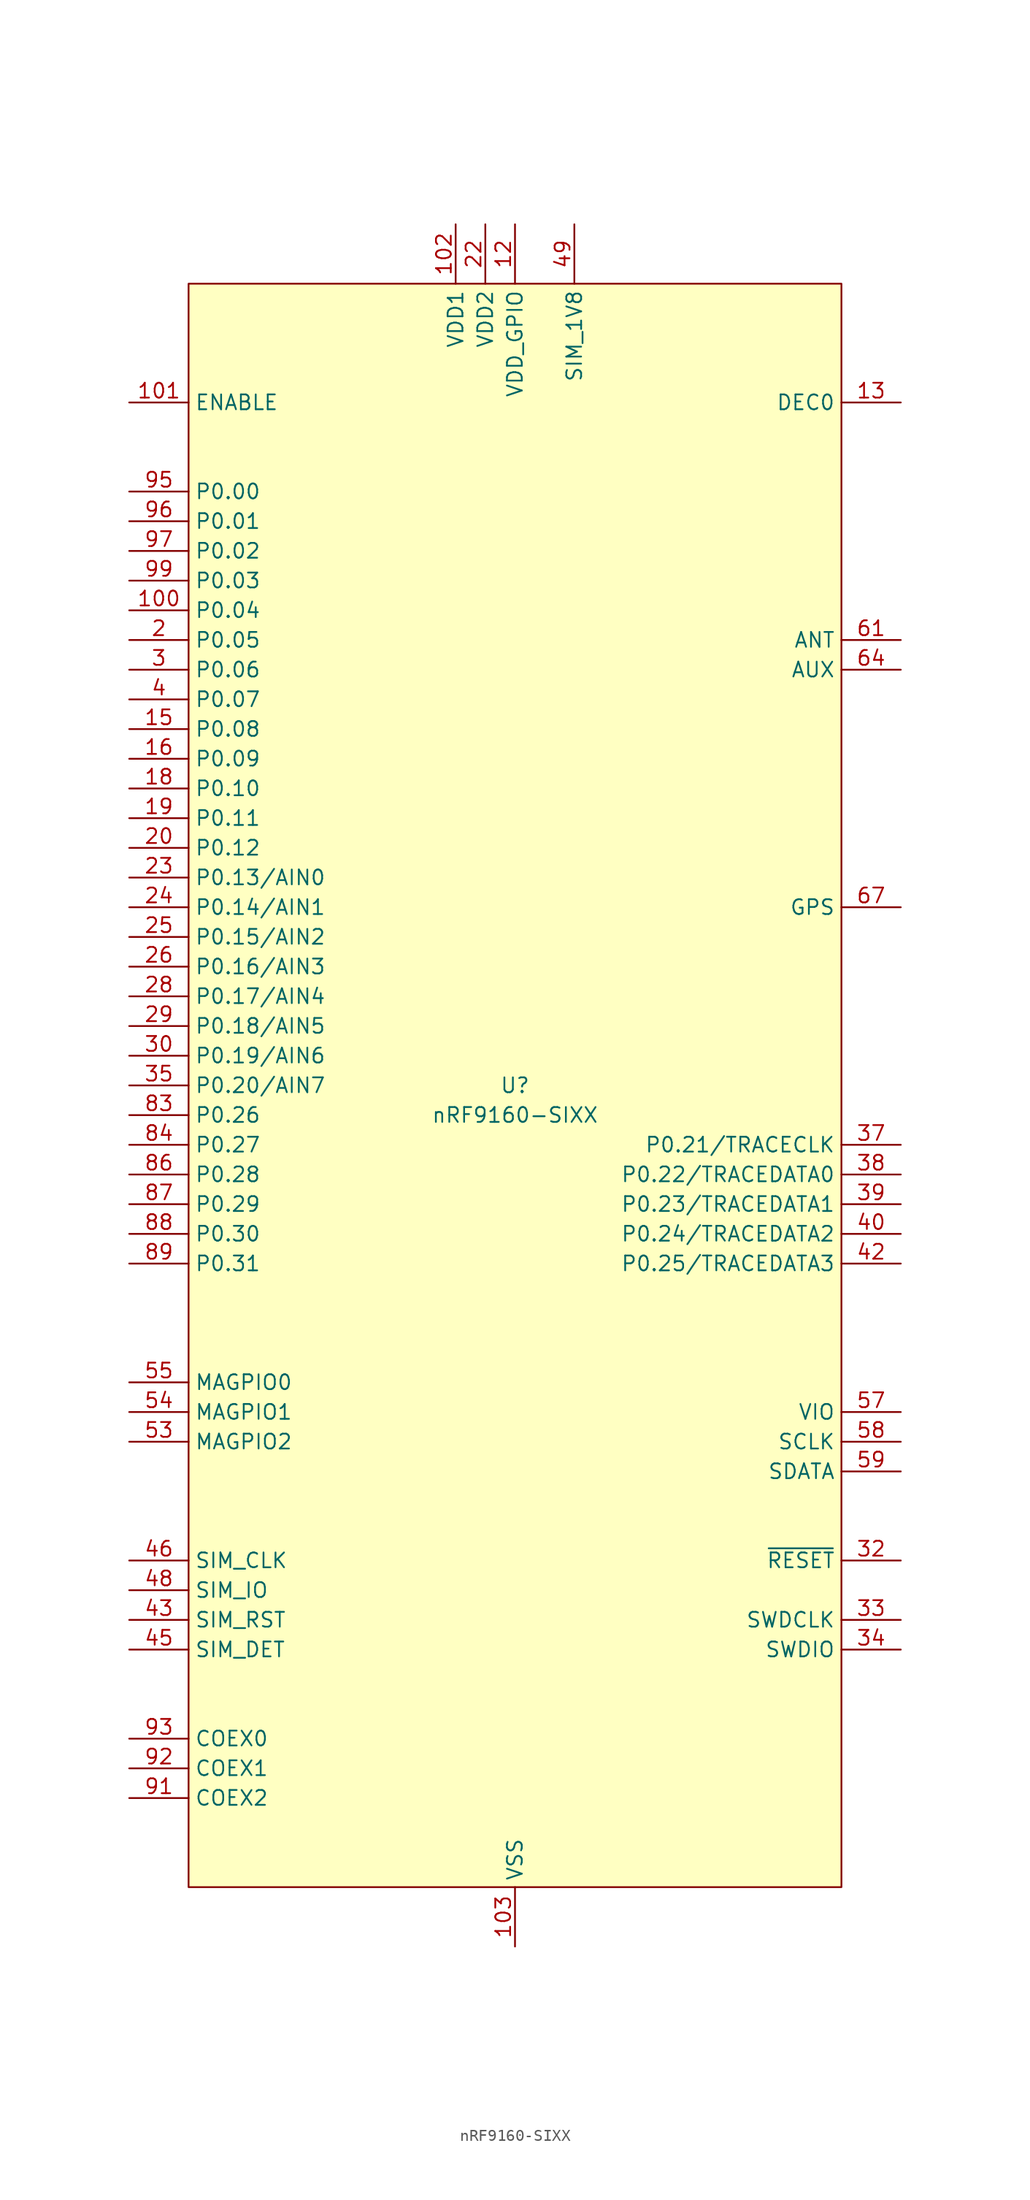
<source format=kicad_sym>
(kicad_symbol_lib
  (version 20241209)
  (generator "kicad_symbol_editor")
  (generator_version "9.0")
  (symbol "nRF9160-SIXX"
    (property "Reference" "U"
      (at 0 0 0)
      (do_not_autoplace)
      (effects (font (size 1.27 1.27))))
    (property "Value" "nRF9160-SIXX"
      (at 0 -2.54 0)
      (do_not_autoplace)
      (effects (font (size 1.27 1.27))))
    (symbol "nRF9160-SIXX_0_0"
      (pin input line (at -33.02 58.42 0) (length 5.08) (name "ENABLE" (effects (font (size 1.27 1.27)))) (number "101" (effects (font (size 1.27 1.27)))))
      (pin bidirectional line (at -33.02 50.8 0) (length 5.08) (name "P0.00" (effects (font (size 1.27 1.27)))) (number "95" (effects (font (size 1.27 1.27)))))
      (pin bidirectional line (at -33.02 48.26 0) (length 5.08) (name "P0.01" (effects (font (size 1.27 1.27)))) (number "96" (effects (font (size 1.27 1.27)))))
      (pin bidirectional line (at -33.02 45.72 0) (length 5.08) (name "P0.02" (effects (font (size 1.27 1.27)))) (number "97" (effects (font (size 1.27 1.27)))))
      (pin bidirectional line (at -33.02 43.18 0) (length 5.08) (name "P0.03" (effects (font (size 1.27 1.27)))) (number "99" (effects (font (size 1.27 1.27)))))
      (pin bidirectional line (at -33.02 40.64 0) (length 5.08) (name "P0.04" (effects (font (size 1.27 1.27)))) (number "100" (effects (font (size 1.27 1.27)))))
      (pin bidirectional line (at -33.02 38.1 0) (length 5.08) (name "P0.05" (effects (font (size 1.27 1.27)))) (number "2" (effects (font (size 1.27 1.27)))))
      (pin bidirectional line (at -33.02 35.56 0) (length 5.08) (name "P0.06" (effects (font (size 1.27 1.27)))) (number "3" (effects (font (size 1.27 1.27)))))
      (pin bidirectional line (at -33.02 33.02 0) (length 5.08) (name "P0.07" (effects (font (size 1.27 1.27)))) (number "4" (effects (font (size 1.27 1.27)))))
      (pin bidirectional line (at -33.02 30.48 0) (length 5.08) (name "P0.08" (effects (font (size 1.27 1.27)))) (number "15" (effects (font (size 1.27 1.27)))))
      (pin bidirectional line (at -33.02 27.94 0) (length 5.08) (name "P0.09" (effects (font (size 1.27 1.27)))) (number "16" (effects (font (size 1.27 1.27)))))
      (pin bidirectional line (at -33.02 25.4 0) (length 5.08) (name "P0.10" (effects (font (size 1.27 1.27)))) (number "18" (effects (font (size 1.27 1.27)))))
      (pin bidirectional line (at -33.02 22.86 0) (length 5.08) (name "P0.11" (effects (font (size 1.27 1.27)))) (number "19" (effects (font (size 1.27 1.27)))))
      (pin bidirectional line (at -33.02 20.32 0) (length 5.08) (name "P0.12" (effects (font (size 1.27 1.27)))) (number "20" (effects (font (size 1.27 1.27)))))
      (pin bidirectional line (at -33.02 17.78 0) (length 5.08) (name "P0.13/AIN0" (effects (font (size 1.27 1.27)))) (number "23" (effects (font (size 1.27 1.27)))))
      (pin bidirectional line (at -33.02 15.24 0) (length 5.08) (name "P0.14/AIN1" (effects (font (size 1.27 1.27)))) (number "24" (effects (font (size 1.27 1.27)))))
      (pin bidirectional line (at -33.02 12.7 0) (length 5.08) (name "P0.15/AIN2" (effects (font (size 1.27 1.27)))) (number "25" (effects (font (size 1.27 1.27)))))
      (pin bidirectional line (at -33.02 10.16 0) (length 5.08) (name "P0.16/AIN3" (effects (font (size 1.27 1.27)))) (number "26" (effects (font (size 1.27 1.27)))))
      (pin bidirectional line (at -33.02 7.62 0) (length 5.08) (name "P0.17/AIN4" (effects (font (size 1.27 1.27)))) (number "28" (effects (font (size 1.27 1.27)))))
      (pin bidirectional line (at -33.02 5.08 0) (length 5.08) (name "P0.18/AIN5" (effects (font (size 1.27 1.27)))) (number "29" (effects (font (size 1.27 1.27)))))
      (pin bidirectional line (at -33.02 2.54 0) (length 5.08) (name "P0.19/AIN6" (effects (font (size 1.27 1.27)))) (number "30" (effects (font (size 1.27 1.27)))))
      (pin bidirectional line (at -33.02 0 0) (length 5.08) (name "P0.20/AIN7" (effects (font (size 1.27 1.27)))) (number "35" (effects (font (size 1.27 1.27)))))
      (pin bidirectional line (at -33.02 -2.54 0) (length 5.08) (name "P0.26" (effects (font (size 1.27 1.27)))) (number "83" (effects (font (size 1.27 1.27)))))
      (pin bidirectional line (at -33.02 -5.08 0) (length 5.08) (name "P0.27" (effects (font (size 1.27 1.27)))) (number "84" (effects (font (size 1.27 1.27)))))
      (pin bidirectional line (at -33.02 -7.62 0) (length 5.08) (name "P0.28" (effects (font (size 1.27 1.27)))) (number "86" (effects (font (size 1.27 1.27)))))
      (pin bidirectional line (at -33.02 -10.16 0) (length 5.08) (name "P0.29" (effects (font (size 1.27 1.27)))) (number "87" (effects (font (size 1.27 1.27)))))
      (pin bidirectional line (at -33.02 -12.7 0) (length 5.08) (name "P0.30" (effects (font (size 1.27 1.27)))) (number "88" (effects (font (size 1.27 1.27)))))
      (pin bidirectional line (at -33.02 -15.24 0) (length 5.08) (name "P0.31" (effects (font (size 1.27 1.27)))) (number "89" (effects (font (size 1.27 1.27)))))
      (pin bidirectional line (at -33.02 -25.4 0) (length 5.08) (name "MAGPIO0" (effects (font (size 1.27 1.27)))) (number "55" (effects (font (size 1.27 1.27)))))
      (pin bidirectional line (at -33.02 -27.94 0) (length 5.08) (name "MAGPIO1" (effects (font (size 1.27 1.27)))) (number "54" (effects (font (size 1.27 1.27)))))
      (pin bidirectional line (at -33.02 -30.48 0) (length 5.08) (name "MAGPIO2" (effects (font (size 1.27 1.27)))) (number "53" (effects (font (size 1.27 1.27)))))
      (pin bidirectional line (at -33.02 -40.64 0) (length 5.08) (name "SIM_CLK" (effects (font (size 1.27 1.27)))) (number "46" (effects (font (size 1.27 1.27)))))
      (pin bidirectional line (at -33.02 -43.18 0) (length 5.08) (name "SIM_IO" (effects (font (size 1.27 1.27)))) (number "48" (effects (font (size 1.27 1.27)))))
      (pin bidirectional line (at -33.02 -45.72 0) (length 5.08) (name "SIM_RST" (effects (font (size 1.27 1.27)))) (number "43" (effects (font (size 1.27 1.27)))))
      (pin bidirectional line (at -33.02 -48.26 0) (length 5.08) (name "SIM_DET" (effects (font (size 1.27 1.27)))) (number "45" (effects (font (size 1.27 1.27)))))
      (pin bidirectional line (at -33.02 -55.88 0) (length 5.08) (name "COEX0" (effects (font (size 1.27 1.27)))) (number "93" (effects (font (size 1.27 1.27)))))
      (pin bidirectional line (at -33.02 -58.42 0) (length 5.08) (name "COEX1" (effects (font (size 1.27 1.27)))) (number "92" (effects (font (size 1.27 1.27)))))
      (pin bidirectional line (at -33.02 -60.96 0) (length 5.08) (name "COEX2" (effects (font (size 1.27 1.27)))) (number "91" (effects (font (size 1.27 1.27)))))
      (pin power_in line (at -5.08 73.66 270) (length 5.08) (name "VDD1" (effects (font (size 1.27 1.27)))) (number "102" (effects (font (size 1.27 1.27)))))
      (pin power_in line (at -2.54 73.66 270) (length 5.08) (name "VDD2" (effects (font (size 1.27 1.27)))) (number "22" (effects (font (size 1.27 1.27)))))
      (pin power_in line (at 0 73.66 270) (length 5.08) (name "VDD_GPIO" (effects (font (size 1.27 1.27)))) (number "12" (effects (font (size 1.27 1.27)))))
      (pin power_in line (at 0 -73.66 90) (length 5.08) (name "VSS" (effects (font (size 1.27 1.27)))) (number "103" (effects (font (size 1.27 1.27)))))
      (pin power_in line (at 5.08 73.66 270) (length 5.08) (name "SIM_1V8" (effects (font (size 1.27 1.27)))) (number "49" (effects (font (size 1.27 1.27)))))
      (pin bidirectional line (at 33.02 38.1 180) (length 5.08) (name "ANT" (effects (font (size 1.27 1.27)))) (number "61" (effects (font (size 1.27 1.27)))))
      (pin bidirectional line (at 33.02 35.56 180) (length 5.08) (name "AUX" (effects (font (size 1.27 1.27)))) (number "64" (effects (font (size 1.27 1.27)))))
      (pin bidirectional line (at 33.02 -5.08 180) (length 5.08) (name "P0.21/TRACECLK" (effects (font (size 1.27 1.27)))) (number "37" (effects (font (size 1.27 1.27)))))
      (pin bidirectional line (at 33.02 -7.62 180) (length 5.08) (name "P0.22/TRACEDATA0" (effects (font (size 1.27 1.27)))) (number "38" (effects (font (size 1.27 1.27)))))
      (pin bidirectional line (at 33.02 -10.16 180) (length 5.08) (name "P0.23/TRACEDATA1" (effects (font (size 1.27 1.27)))) (number "39" (effects (font (size 1.27 1.27)))))
      (pin bidirectional line (at 33.02 -12.7 180) (length 5.08) (name "P0.24/TRACEDATA2" (effects (font (size 1.27 1.27)))) (number "40" (effects (font (size 1.27 1.27)))))
      (pin bidirectional line (at 33.02 -15.24 180) (length 5.08) (name "P0.25/TRACEDATA3" (effects (font (size 1.27 1.27)))) (number "42" (effects (font (size 1.27 1.27)))))
      (pin bidirectional line (at 33.02 -30.48 180) (length 5.08) (name "SCLK" (effects (font (size 1.27 1.27)))) (number "58" (effects (font (size 1.27 1.27)))))
      (pin bidirectional line (at 33.02 -33.02 180) (length 5.08) (name "SDATA" (effects (font (size 1.27 1.27)))) (number "59" (effects (font (size 1.27 1.27)))))
      (pin bidirectional line (at 33.02 -45.72 180) (length 5.08) (name "SWDCLK" (effects (font (size 1.27 1.27)))) (number "33" (effects (font (size 1.27 1.27)))))
      (pin bidirectional line (at 33.02 -48.26 180) (length 5.08) (name "SWDIO" (effects (font (size 1.27 1.27)))) (number "34" (effects (font (size 1.27 1.27))))))
    (symbol "nRF9160-SIXX_1_0"
      (pin no_connect line (at -27.94 -50.8 0) (length 5.08) (hide yes) (name "NC" (effects (font (size 1.27 1.27)))) (number "115" (effects (font (size 1.27 1.27)))))
      (pin no_connect line (at -27.94 -53.34 0) (length 5.08) (hide yes) (name "NC" (effects (font (size 1.27 1.27)))) (number "125" (effects (font (size 1.27 1.27)))))
      (pin no_connect line (at -25.4 -68.58 90) (length 5.08) (hide yes) (name "NC" (effects (font (size 1.27 1.27)))) (number "117" (effects (font (size 1.27 1.27)))))
      (pin no_connect line (at -22.86 -68.58 90) (length 5.08) (hide yes) (name "NC" (effects (font (size 1.27 1.27)))) (number "114" (effects (font (size 1.27 1.27)))))
      (pin no_connect line (at -20.32 -68.58 90) (length 5.08) (hide yes) (name "NC" (effects (font (size 1.27 1.27)))) (number "106" (effects (font (size 1.27 1.27)))))
      (pin no_connect line (at -17.78 -68.58 90) (length 5.08) (hide yes) (name "NC" (effects (font (size 1.27 1.27)))) (number "118" (effects (font (size 1.27 1.27)))))
      (pin no_connect line (at -15.24 -68.58 90) (length 5.08) (hide yes) (name "NC" (effects (font (size 1.27 1.27)))) (number "107" (effects (font (size 1.27 1.27)))))
      (pin no_connect line (at -12.7 -68.58 90) (length 5.08) (hide yes) (name "NC" (effects (font (size 1.27 1.27)))) (number "108" (effects (font (size 1.27 1.27)))))
      (pin no_connect line (at -10.16 -68.58 90) (length 5.08) (hide yes) (name "NC" (effects (font (size 1.27 1.27)))) (number "127" (effects (font (size 1.27 1.27)))))
      (pin no_connect line (at -7.62 -68.58 90) (length 5.08) (hide yes) (name "NC" (effects (font (size 1.27 1.27)))) (number "70" (effects (font (size 1.27 1.27)))))
      (pin no_connect line (at -5.08 -68.58 90) (length 5.08) (hide yes) (name "NC" (effects (font (size 1.27 1.27)))) (number "119" (effects (font (size 1.27 1.27)))))
      (pin no_connect line (at -2.54 -68.58 90) (length 5.08) (hide yes) (name "NC" (effects (font (size 1.27 1.27)))) (number "71" (effects (font (size 1.27 1.27)))))
      (pin passive line (at 0 -73.66 90) (length 5.08) (hide yes) (name "GND_Shield" (effects (font (size 1.27 1.27)))) (number "1" (effects (font (size 1.27 1.27)))))
      (pin passive line (at 0 -73.66 90) (length 5.08) (hide yes) (name "GND_Shield" (effects (font (size 1.27 1.27)))) (number "11" (effects (font (size 1.27 1.27)))))
      (pin passive line (at 0 -73.66 90) (length 5.08) (hide yes) (name "GND_Shield" (effects (font (size 1.27 1.27)))) (number "14" (effects (font (size 1.27 1.27)))))
      (pin passive line (at 0 -73.66 90) (length 5.08) (hide yes) (name "GND_Shield" (effects (font (size 1.27 1.27)))) (number "17" (effects (font (size 1.27 1.27)))))
      (pin passive line (at 0 -73.66 90) (length 5.08) (hide yes) (name "GND_Shield" (effects (font (size 1.27 1.27)))) (number "21" (effects (font (size 1.27 1.27)))))
      (pin passive line (at 0 -73.66 90) (length 5.08) (hide yes) (name "GND_Shield" (effects (font (size 1.27 1.27)))) (number "27" (effects (font (size 1.27 1.27)))))
      (pin passive line (at 0 -73.66 90) (length 5.08) (hide yes) (name "GND_Shield" (effects (font (size 1.27 1.27)))) (number "31" (effects (font (size 1.27 1.27)))))
      (pin passive line (at 0 -73.66 90) (length 5.08) (hide yes) (name "GND_Shield" (effects (font (size 1.27 1.27)))) (number "36" (effects (font (size 1.27 1.27)))))
      (pin passive line (at 0 -73.66 90) (length 5.08) (hide yes) (name "GND_Shield" (effects (font (size 1.27 1.27)))) (number "41" (effects (font (size 1.27 1.27)))))
      (pin passive line (at 0 -73.66 90) (length 5.08) (hide yes) (name "GND_Shield" (effects (font (size 1.27 1.27)))) (number "44" (effects (font (size 1.27 1.27)))))
      (pin passive line (at 0 -73.66 90) (length 5.08) (hide yes) (name "GND_Shield" (effects (font (size 1.27 1.27)))) (number "47" (effects (font (size 1.27 1.27)))))
      (pin passive line (at 0 -73.66 90) (length 5.08) (hide yes) (name "GND_Shield" (effects (font (size 1.27 1.27)))) (number "5" (effects (font (size 1.27 1.27)))))
      (pin passive line (at 0 -73.66 90) (length 5.08) (hide yes) (name "GND_Shield" (effects (font (size 1.27 1.27)))) (number "50" (effects (font (size 1.27 1.27)))))
      (pin passive line (at 0 -73.66 90) (length 5.08) (hide yes) (name "GND_Shield" (effects (font (size 1.27 1.27)))) (number "52" (effects (font (size 1.27 1.27)))))
      (pin passive line (at 0 -73.66 90) (length 5.08) (hide yes) (name "GND_Shield" (effects (font (size 1.27 1.27)))) (number "56" (effects (font (size 1.27 1.27)))))
      (pin passive line (at 0 -73.66 90) (length 5.08) (hide yes) (name "GND_Shield" (effects (font (size 1.27 1.27)))) (number "6" (effects (font (size 1.27 1.27)))))
      (pin passive line (at 0 -73.66 90) (length 5.08) (hide yes) (name "GND_Shield" (effects (font (size 1.27 1.27)))) (number "60" (effects (font (size 1.27 1.27)))))
      (pin passive line (at 0 -73.66 90) (length 5.08) (hide yes) (name "GND_Shield" (effects (font (size 1.27 1.27)))) (number "62" (effects (font (size 1.27 1.27)))))
      (pin passive line (at 0 -73.66 90) (length 5.08) (hide yes) (name "GND_Shield" (effects (font (size 1.27 1.27)))) (number "63" (effects (font (size 1.27 1.27)))))
      (pin passive line (at 0 -73.66 90) (length 5.08) (hide yes) (name "GND_Shield" (effects (font (size 1.27 1.27)))) (number "65" (effects (font (size 1.27 1.27)))))
      (pin passive line (at 0 -73.66 90) (length 5.08) (hide yes) (name "GND_Shield" (effects (font (size 1.27 1.27)))) (number "66" (effects (font (size 1.27 1.27)))))
      (pin passive line (at 0 -73.66 90) (length 5.08) (hide yes) (name "GND_Shield" (effects (font (size 1.27 1.27)))) (number "68" (effects (font (size 1.27 1.27)))))
      (pin passive line (at 0 -73.66 90) (length 5.08) (hide yes) (name "GND_Shield" (effects (font (size 1.27 1.27)))) (number "69" (effects (font (size 1.27 1.27)))))
      (pin passive line (at 0 -73.66 90) (length 5.08) (hide yes) (name "GND_Shield" (effects (font (size 1.27 1.27)))) (number "7" (effects (font (size 1.27 1.27)))))
      (pin passive line (at 0 -73.66 90) (length 5.08) (hide yes) (name "GND_Shield" (effects (font (size 1.27 1.27)))) (number "72" (effects (font (size 1.27 1.27)))))
      (pin passive line (at 0 -73.66 90) (length 5.08) (hide yes) (name "GND_Shield" (effects (font (size 1.27 1.27)))) (number "74" (effects (font (size 1.27 1.27)))))
      (pin passive line (at 0 -73.66 90) (length 5.08) (hide yes) (name "GND_Shield" (effects (font (size 1.27 1.27)))) (number "75" (effects (font (size 1.27 1.27)))))
      (pin passive line (at 0 -73.66 90) (length 5.08) (hide yes) (name "GND_Shield" (effects (font (size 1.27 1.27)))) (number "76" (effects (font (size 1.27 1.27)))))
      (pin passive line (at 0 -73.66 90) (length 5.08) (hide yes) (name "GND_Shield" (effects (font (size 1.27 1.27)))) (number "77" (effects (font (size 1.27 1.27)))))
      (pin passive line (at 0 -73.66 90) (length 5.08) (hide yes) (name "GND_Shield" (effects (font (size 1.27 1.27)))) (number "78" (effects (font (size 1.27 1.27)))))
      (pin passive line (at 0 -73.66 90) (length 5.08) (hide yes) (name "GND_Shield" (effects (font (size 1.27 1.27)))) (number "79" (effects (font (size 1.27 1.27)))))
      (pin passive line (at 0 -73.66 90) (length 5.08) (hide yes) (name "GND_Shield" (effects (font (size 1.27 1.27)))) (number "8" (effects (font (size 1.27 1.27)))))
      (pin passive line (at 0 -73.66 90) (length 5.08) (hide yes) (name "GND_Shield" (effects (font (size 1.27 1.27)))) (number "80" (effects (font (size 1.27 1.27)))))
      (pin passive line (at 0 -73.66 90) (length 5.08) (hide yes) (name "GND_Shield" (effects (font (size 1.27 1.27)))) (number "81" (effects (font (size 1.27 1.27)))))
      (pin passive line (at 0 -73.66 90) (length 5.08) (hide yes) (name "GND_Shield" (effects (font (size 1.27 1.27)))) (number "82" (effects (font (size 1.27 1.27)))))
      (pin passive line (at 0 -73.66 90) (length 5.08) (hide yes) (name "GND_Shield" (effects (font (size 1.27 1.27)))) (number "85" (effects (font (size 1.27 1.27)))))
      (pin passive line (at 0 -73.66 90) (length 5.08) (hide yes) (name "GND_Shield" (effects (font (size 1.27 1.27)))) (number "9" (effects (font (size 1.27 1.27)))))
      (pin passive line (at 0 -73.66 90) (length 5.08) (hide yes) (name "GND_Shield" (effects (font (size 1.27 1.27)))) (number "90" (effects (font (size 1.27 1.27)))))
      (pin passive line (at 0 -73.66 90) (length 5.08) (hide yes) (name "GND_Shield" (effects (font (size 1.27 1.27)))) (number "94" (effects (font (size 1.27 1.27)))))
      (pin passive line (at 0 -73.66 90) (length 5.08) (hide yes) (name "GND_Shield" (effects (font (size 1.27 1.27)))) (number "98" (effects (font (size 1.27 1.27)))))
      (pin no_connect line (at 2.54 -68.58 90) (length 5.08) (hide yes) (name "NC" (effects (font (size 1.27 1.27)))) (number "104" (effects (font (size 1.27 1.27)))))
      (pin no_connect line (at 5.08 -68.58 90) (length 5.08) (hide yes) (name "NC" (effects (font (size 1.27 1.27)))) (number "122" (effects (font (size 1.27 1.27)))))
      (pin no_connect line (at 7.62 -68.58 90) (length 5.08) (hide yes) (name "NC" (effects (font (size 1.27 1.27)))) (number "111" (effects (font (size 1.27 1.27)))))
      (pin no_connect line (at 10.16 -68.58 90) (length 5.08) (hide yes) (name "NC" (effects (font (size 1.27 1.27)))) (number "51" (effects (font (size 1.27 1.27)))))
      (pin no_connect line (at 12.7 -68.58 90) (length 5.08) (hide yes) (name "NC" (effects (font (size 1.27 1.27)))) (number "73" (effects (font (size 1.27 1.27)))))
      (pin no_connect line (at 15.24 -68.58 90) (length 5.08) (hide yes) (name "NC" (effects (font (size 1.27 1.27)))) (number "110" (effects (font (size 1.27 1.27)))))
      (pin no_connect line (at 17.78 -68.58 90) (length 5.08) (hide yes) (name "NC" (effects (font (size 1.27 1.27)))) (number "121" (effects (font (size 1.27 1.27)))))
      (pin no_connect line (at 20.32 -68.58 90) (length 5.08) (hide yes) (name "NC" (effects (font (size 1.27 1.27)))) (number "10" (effects (font (size 1.27 1.27)))))
      (pin no_connect line (at 22.86 -68.58 90) (length 5.08) (hide yes) (name "NC" (effects (font (size 1.27 1.27)))) (number "109" (effects (font (size 1.27 1.27)))))
      (pin no_connect line (at 25.4 -68.58 90) (length 5.08) (hide yes) (name "NC" (effects (font (size 1.27 1.27)))) (number "120" (effects (font (size 1.27 1.27)))))
      (pin no_connect line (at 27.94 -22.86 180) (length 5.08) (hide yes) (name "NC" (effects (font (size 1.27 1.27)))) (number "112" (effects (font (size 1.27 1.27)))))
      (pin no_connect line (at 27.94 -35.56 180) (length 5.08) (hide yes) (name "NC" (effects (font (size 1.27 1.27)))) (number "123" (effects (font (size 1.27 1.27)))))
      (pin no_connect line (at 27.94 -38.1 180) (length 5.08) (hide yes) (name "NC" (effects (font (size 1.27 1.27)))) (number "124" (effects (font (size 1.27 1.27)))))
      (pin no_connect line (at 27.94 -50.8 180) (length 5.08) (hide yes) (name "NC" (effects (font (size 1.27 1.27)))) (number "113" (effects (font (size 1.27 1.27)))))
      (pin no_connect line (at 27.94 -53.34 180) (length 5.08) (hide yes) (name "NC" (effects (font (size 1.27 1.27)))) (number "105" (effects (font (size 1.27 1.27)))))
      (pin no_connect line (at 27.94 -55.88 180) (length 5.08) (hide yes) (name "NC" (effects (font (size 1.27 1.27)))) (number "126" (effects (font (size 1.27 1.27)))))
      (pin no_connect line (at 27.94 -66.04 180) (length 5.08) (hide yes) (name "NC" (effects (font (size 1.27 1.27)))) (number "116" (effects (font (size 1.27 1.27)))))
      (pin passive line (at 33.02 58.42 180) (length 5.08) (name "DEC0" (effects (font (size 1.27 1.27)))) (number "13" (effects (font (size 1.27 1.27)))))
      (pin input line (at 33.02 15.24 180) (length 5.08) (name "GPS" (effects (font (size 1.27 1.27)))) (number "67" (effects (font (size 1.27 1.27)))))
      (pin power_in line (at 33.02 -27.94 180) (length 5.08) (name "VIO" (effects (font (size 1.27 1.27)))) (number "57" (effects (font (size 1.27 1.27)))))
      (pin input line (at 33.02 -40.64 180) (length 5.08) (name "~{RESET}" (effects (font (size 1.27 1.27)))) (number "32" (effects (font (size 1.27 1.27))))))
    (symbol "nRF9160-SIXX_1_1"
      (rectangle (start -27.94 68.58) (end 27.94 -68.58) (stroke (width 0) (type default)) (fill (type background))))))
</source>
